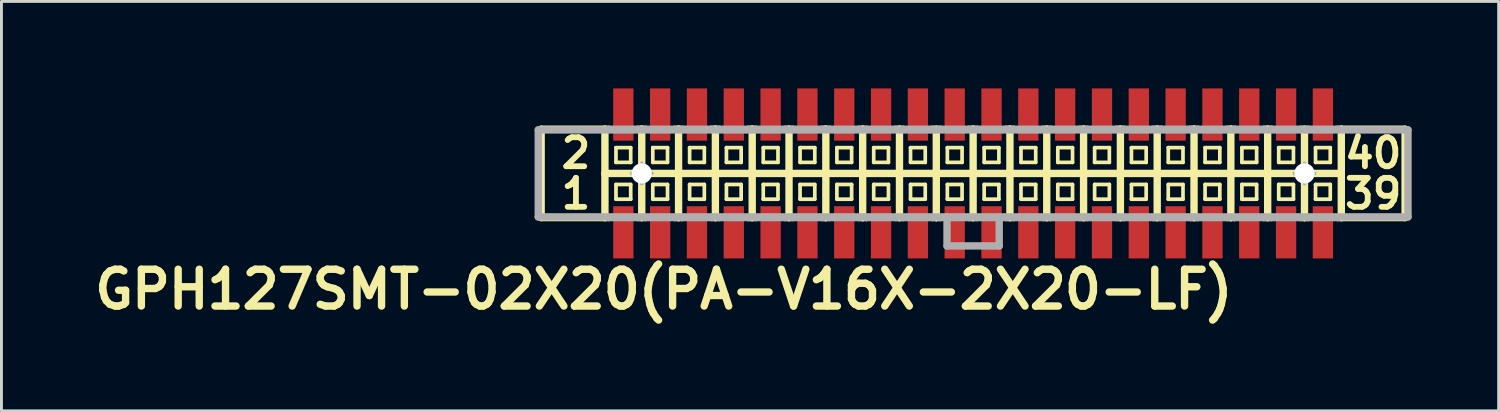
<source format=kicad_pcb>
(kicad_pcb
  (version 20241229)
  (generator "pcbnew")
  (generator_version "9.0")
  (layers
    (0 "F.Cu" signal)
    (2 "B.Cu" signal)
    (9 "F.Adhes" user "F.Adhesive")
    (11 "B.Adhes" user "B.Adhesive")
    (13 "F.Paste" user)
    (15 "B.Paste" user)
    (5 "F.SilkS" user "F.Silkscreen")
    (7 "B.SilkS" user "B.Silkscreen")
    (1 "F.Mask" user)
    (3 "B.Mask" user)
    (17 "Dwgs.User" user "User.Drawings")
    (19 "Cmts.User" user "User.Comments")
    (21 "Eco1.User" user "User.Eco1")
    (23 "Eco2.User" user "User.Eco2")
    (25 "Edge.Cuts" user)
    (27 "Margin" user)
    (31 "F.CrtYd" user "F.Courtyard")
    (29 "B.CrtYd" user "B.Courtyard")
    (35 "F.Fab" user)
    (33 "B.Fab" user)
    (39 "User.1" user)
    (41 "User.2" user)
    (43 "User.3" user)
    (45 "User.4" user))
  (footprint "GPH127SMT-02X20(PA-V16X-2X20-LF)"
    (layer "F.Cu")
    (at 30.516 2.932)
    (property "Reference" "GPH127SMT-02X20(PA-V16X-2X20-LF)" (at -10.668 4 0) (layer "F.SilkS") (effects (font (size 1.27 1.27) (thickness 0.254))))
    (attr smd)
    (fp_line (start -14.9 -1.524) (end -14.9 1.524) (stroke (width 0.254) (type solid)) (layer "F.SilkS"))
    (fp_line (start -14.9 1.524) (end -12.7 1.524) (stroke (width 0.254) (type solid)) (layer "F.SilkS"))
    (fp_line (start -12.7 -1.524) (end -14.9 -1.524) (stroke (width 0.254) (type solid)) (layer "F.SilkS"))
    (fp_line (start -12.7 -1.524) (end -12.7 0) (stroke (width 0.254) (type solid)) (layer "F.SilkS"))
    (fp_line (start -12.7 0) (end -12.7 1.524) (stroke (width 0.254) (type solid)) (layer "F.SilkS"))
    (fp_line (start -12.7 0) (end -11.43 0) (stroke (width 0.254) (type solid)) (layer "F.SilkS"))
    (fp_line (start -12.7 1.524) (end -12.573 1.524) (stroke (width 0.254) (type solid)) (layer "F.SilkS"))
    (fp_line (start -12.573 -1.524) (end -12.7 -1.524) (stroke (width 0.254) (type solid)) (layer "F.SilkS"))
    (fp_line (start -12.319 -0.889) (end -11.811 -0.889) (stroke (width 0.127) (type solid)) (layer "F.SilkS"))
    (fp_line (start -12.319 -0.381) (end -12.319 -0.889) (stroke (width 0.127) (type solid)) (layer "F.SilkS"))
    (fp_line (start -12.319 -0.381) (end -11.811 -0.381) (stroke (width 0.127) (type solid)) (layer "F.SilkS"))
    (fp_line (start -12.319 0.381) (end -11.811 0.381) (stroke (width 0.127) (type solid)) (layer "F.SilkS"))
    (fp_line (start -12.319 0.889) (end -12.319 0.381) (stroke (width 0.127) (type solid)) (layer "F.SilkS"))
    (fp_line (start -12.319 0.889) (end -11.811 0.889) (stroke (width 0.127) (type solid)) (layer "F.SilkS"))
    (fp_line (start -11.811 -0.381) (end -11.811 -0.889) (stroke (width 0.127) (type solid)) (layer "F.SilkS"))
    (fp_line (start -11.811 0.889) (end -11.811 0.381) (stroke (width 0.127) (type solid)) (layer "F.SilkS"))
    (fp_line (start -11.557 -1.524) (end -11.43 -1.524) (stroke (width 0.254) (type solid)) (layer "F.SilkS"))
    (fp_line (start -11.557 1.524) (end -11.43 1.524) (stroke (width 0.254) (type solid)) (layer "F.SilkS"))
    (fp_line (start -11.43 -1.524) (end -11.303 -1.524) (stroke (width 0.254) (type solid)) (layer "F.SilkS"))
    (fp_line (start -11.43 0) (end -11.43 -1.524) (stroke (width 0.254) (type solid)) (layer "F.SilkS"))
    (fp_line (start -11.43 0) (end -10.16 0) (stroke (width 0.254) (type solid)) (layer "F.SilkS"))
    (fp_line (start -11.43 1.524) (end -11.43 0) (stroke (width 0.254) (type solid)) (layer "F.SilkS"))
    (fp_line (start -11.43 1.524) (end -11.303 1.524) (stroke (width 0.254) (type solid)) (layer "F.SilkS"))
    (fp_line (start -11.049 -0.889) (end -10.541 -0.889) (stroke (width 0.127) (type solid)) (layer "F.SilkS"))
    (fp_line (start -11.049 -0.381) (end -11.049 -0.889) (stroke (width 0.127) (type solid)) (layer "F.SilkS"))
    (fp_line (start -11.049 -0.381) (end -10.541 -0.381) (stroke (width 0.127) (type solid)) (layer "F.SilkS"))
    (fp_line (start -11.049 0.381) (end -10.541 0.381) (stroke (width 0.127) (type solid)) (layer "F.SilkS"))
    (fp_line (start -11.049 0.889) (end -11.049 0.381) (stroke (width 0.127) (type solid)) (layer "F.SilkS"))
    (fp_line (start -11.049 0.889) (end -10.541 0.889) (stroke (width 0.127) (type solid)) (layer "F.SilkS"))
    (fp_line (start -10.541 -0.381) (end -10.541 -0.889) (stroke (width 0.127) (type solid)) (layer "F.SilkS"))
    (fp_line (start -10.541 0.889) (end -10.541 0.381) (stroke (width 0.127) (type solid)) (layer "F.SilkS"))
    (fp_line (start -10.287 -1.524) (end -10.16 -1.524) (stroke (width 0.254) (type solid)) (layer "F.SilkS"))
    (fp_line (start -10.287 1.524) (end -10.16 1.524) (stroke (width 0.254) (type solid)) (layer "F.SilkS"))
    (fp_line (start -10.16 -1.524) (end -10.033 -1.524) (stroke (width 0.254) (type solid)) (layer "F.SilkS"))
    (fp_line (start -10.16 0) (end -10.16 -1.524) (stroke (width 0.254) (type solid)) (layer "F.SilkS"))
    (fp_line (start -10.16 0) (end -8.89 0) (stroke (width 0.254) (type solid)) (layer "F.SilkS"))
    (fp_line (start -10.16 1.524) (end -10.16 0) (stroke (width 0.254) (type solid)) (layer "F.SilkS"))
    (fp_line (start -10.16 1.524) (end -10.033 1.524) (stroke (width 0.254) (type solid)) (layer "F.SilkS"))
    (fp_line (start -9.779 -0.889) (end -9.271 -0.889) (stroke (width 0.127) (type solid)) (layer "F.SilkS"))
    (fp_line (start -9.779 -0.381) (end -9.779 -0.889) (stroke (width 0.127) (type solid)) (layer "F.SilkS"))
    (fp_line (start -9.779 -0.381) (end -9.271 -0.381) (stroke (width 0.127) (type solid)) (layer "F.SilkS"))
    (fp_line (start -9.779 0.381) (end -9.271 0.381) (stroke (width 0.127) (type solid)) (layer "F.SilkS"))
    (fp_line (start -9.779 0.889) (end -9.779 0.381) (stroke (width 0.127) (type solid)) (layer "F.SilkS"))
    (fp_line (start -9.779 0.889) (end -9.271 0.889) (stroke (width 0.127) (type solid)) (layer "F.SilkS"))
    (fp_line (start -9.271 -0.381) (end -9.271 -0.889) (stroke (width 0.127) (type solid)) (layer "F.SilkS"))
    (fp_line (start -9.271 0.889) (end -9.271 0.381) (stroke (width 0.127) (type solid)) (layer "F.SilkS"))
    (fp_line (start -9.017 -1.524) (end -8.89 -1.524) (stroke (width 0.254) (type solid)) (layer "F.SilkS"))
    (fp_line (start -9.017 1.524) (end -8.89 1.524) (stroke (width 0.254) (type solid)) (layer "F.SilkS"))
    (fp_line (start -8.89 -1.524) (end -8.763 -1.524) (stroke (width 0.254) (type solid)) (layer "F.SilkS"))
    (fp_line (start -8.89 0) (end -8.89 -1.524) (stroke (width 0.254) (type solid)) (layer "F.SilkS"))
    (fp_line (start -8.89 0) (end -7.62 0) (stroke (width 0.254) (type solid)) (layer "F.SilkS"))
    (fp_line (start -8.89 1.524) (end -8.89 0) (stroke (width 0.254) (type solid)) (layer "F.SilkS"))
    (fp_line (start -8.89 1.524) (end -8.763 1.524) (stroke (width 0.254) (type solid)) (layer "F.SilkS"))
    (fp_line (start -8.509 -0.889) (end -8.001 -0.889) (stroke (width 0.127) (type solid)) (layer "F.SilkS"))
    (fp_line (start -8.509 -0.381) (end -8.509 -0.889) (stroke (width 0.127) (type solid)) (layer "F.SilkS"))
    (fp_line (start -8.509 -0.381) (end -8.001 -0.381) (stroke (width 0.127) (type solid)) (layer "F.SilkS"))
    (fp_line (start -8.509 0.381) (end -8.001 0.381) (stroke (width 0.127) (type solid)) (layer "F.SilkS"))
    (fp_line (start -8.509 0.889) (end -8.509 0.381) (stroke (width 0.127) (type solid)) (layer "F.SilkS"))
    (fp_line (start -8.509 0.889) (end -8.001 0.889) (stroke (width 0.127) (type solid)) (layer "F.SilkS"))
    (fp_line (start -8.001 -0.381) (end -8.001 -0.889) (stroke (width 0.127) (type solid)) (layer "F.SilkS"))
    (fp_line (start -8.001 0.889) (end -8.001 0.381) (stroke (width 0.127) (type solid)) (layer "F.SilkS"))
    (fp_line (start -7.747 -1.524) (end -7.62 -1.524) (stroke (width 0.254) (type solid)) (layer "F.SilkS"))
    (fp_line (start -7.747 1.524) (end -7.62 1.524) (stroke (width 0.254) (type solid)) (layer "F.SilkS"))
    (fp_line (start -7.62 -1.524) (end -7.493 -1.524) (stroke (width 0.254) (type solid)) (layer "F.SilkS"))
    (fp_line (start -7.62 0) (end -7.62 -1.524) (stroke (width 0.254) (type solid)) (layer "F.SilkS"))
    (fp_line (start -7.62 0) (end -6.35 0) (stroke (width 0.254) (type solid)) (layer "F.SilkS"))
    (fp_line (start -7.62 1.524) (end -7.62 0) (stroke (width 0.254) (type solid)) (layer "F.SilkS"))
    (fp_line (start -7.62 1.524) (end -7.493 1.524) (stroke (width 0.254) (type solid)) (layer "F.SilkS"))
    (fp_line (start -7.239 -0.889) (end -6.731 -0.889) (stroke (width 0.127) (type solid)) (layer "F.SilkS"))
    (fp_line (start -7.239 -0.381) (end -7.239 -0.889) (stroke (width 0.127) (type solid)) (layer "F.SilkS"))
    (fp_line (start -7.239 -0.381) (end -6.731 -0.381) (stroke (width 0.127) (type solid)) (layer "F.SilkS"))
    (fp_line (start -7.239 0.381) (end -6.731 0.381) (stroke (width 0.127) (type solid)) (layer "F.SilkS"))
    (fp_line (start -7.239 0.889) (end -7.239 0.381) (stroke (width 0.127) (type solid)) (layer "F.SilkS"))
    (fp_line (start -7.239 0.889) (end -6.731 0.889) (stroke (width 0.127) (type solid)) (layer "F.SilkS"))
    (fp_line (start -6.731 -0.381) (end -6.731 -0.889) (stroke (width 0.127) (type solid)) (layer "F.SilkS"))
    (fp_line (start -6.731 0.889) (end -6.731 0.381) (stroke (width 0.127) (type solid)) (layer "F.SilkS"))
    (fp_line (start -6.477 -1.524) (end -6.35 -1.524) (stroke (width 0.254) (type solid)) (layer "F.SilkS"))
    (fp_line (start -6.477 1.524) (end -6.35 1.524) (stroke (width 0.254) (type solid)) (layer "F.SilkS"))
    (fp_line (start -6.35 -1.524) (end -6.223 -1.524) (stroke (width 0.254) (type solid)) (layer "F.SilkS"))
    (fp_line (start -6.35 0) (end -6.35 -1.524) (stroke (width 0.254) (type solid)) (layer "F.SilkS"))
    (fp_line (start -6.35 0) (end -5.08 0) (stroke (width 0.254) (type solid)) (layer "F.SilkS"))
    (fp_line (start -6.35 1.524) (end -6.35 0) (stroke (width 0.254) (type solid)) (layer "F.SilkS"))
    (fp_line (start -6.35 1.524) (end -6.223 1.524) (stroke (width 0.254) (type solid)) (layer "F.SilkS"))
    (fp_line (start -5.969 -0.889) (end -5.461 -0.889) (stroke (width 0.127) (type solid)) (layer "F.SilkS"))
    (fp_line (start -5.969 -0.381) (end -5.969 -0.889) (stroke (width 0.127) (type solid)) (layer "F.SilkS"))
    (fp_line (start -5.969 -0.381) (end -5.461 -0.381) (stroke (width 0.127) (type solid)) (layer "F.SilkS"))
    (fp_line (start -5.969 0.381) (end -5.461 0.381) (stroke (width 0.127) (type solid)) (layer "F.SilkS"))
    (fp_line (start -5.969 0.889) (end -5.969 0.381) (stroke (width 0.127) (type solid)) (layer "F.SilkS"))
    (fp_line (start -5.969 0.889) (end -5.461 0.889) (stroke (width 0.127) (type solid)) (layer "F.SilkS"))
    (fp_line (start -5.461 -0.381) (end -5.461 -0.889) (stroke (width 0.127) (type solid)) (layer "F.SilkS"))
    (fp_line (start -5.461 0.889) (end -5.461 0.381) (stroke (width 0.127) (type solid)) (layer "F.SilkS"))
    (fp_line (start -5.207 -1.524) (end -5.08 -1.524) (stroke (width 0.254) (type solid)) (layer "F.SilkS"))
    (fp_line (start -5.207 1.524) (end -5.08 1.524) (stroke (width 0.254) (type solid)) (layer "F.SilkS"))
    (fp_line (start -5.08 -1.524) (end -4.953 -1.524) (stroke (width 0.254) (type solid)) (layer "F.SilkS"))
    (fp_line (start -5.08 0) (end -5.08 -1.524) (stroke (width 0.254) (type solid)) (layer "F.SilkS"))
    (fp_line (start -5.08 0) (end -3.81 0) (stroke (width 0.254) (type solid)) (layer "F.SilkS"))
    (fp_line (start -5.08 1.524) (end -5.08 0) (stroke (width 0.254) (type solid)) (layer "F.SilkS"))
    (fp_line (start -5.08 1.524) (end -4.953 1.524) (stroke (width 0.254) (type solid)) (layer "F.SilkS"))
    (fp_line (start -4.699 -0.889) (end -4.191 -0.889) (stroke (width 0.127) (type solid)) (layer "F.SilkS"))
    (fp_line (start -4.699 -0.381) (end -4.699 -0.889) (stroke (width 0.127) (type solid)) (layer "F.SilkS"))
    (fp_line (start -4.699 -0.381) (end -4.191 -0.381) (stroke (width 0.127) (type solid)) (layer "F.SilkS"))
    (fp_line (start -4.699 0.381) (end -4.191 0.381) (stroke (width 0.127) (type solid)) (layer "F.SilkS"))
    (fp_line (start -4.699 0.889) (end -4.699 0.381) (stroke (width 0.127) (type solid)) (layer "F.SilkS"))
    (fp_line (start -4.699 0.889) (end -4.191 0.889) (stroke (width 0.127) (type solid)) (layer "F.SilkS"))
    (fp_line (start -4.191 -0.381) (end -4.191 -0.889) (stroke (width 0.127) (type solid)) (layer "F.SilkS"))
    (fp_line (start -4.191 0.889) (end -4.191 0.381) (stroke (width 0.127) (type solid)) (layer "F.SilkS"))
    (fp_line (start -3.937 -1.524) (end -3.81 -1.524) (stroke (width 0.254) (type solid)) (layer "F.SilkS"))
    (fp_line (start -3.937 1.524) (end -3.81 1.524) (stroke (width 0.254) (type solid)) (layer "F.SilkS"))
    (fp_line (start -3.81 -1.524) (end -3.683 -1.524) (stroke (width 0.254) (type solid)) (layer "F.SilkS"))
    (fp_line (start -3.81 0) (end -3.81 -1.524) (stroke (width 0.254) (type solid)) (layer "F.SilkS"))
    (fp_line (start -3.81 0) (end -2.54 0) (stroke (width 0.254) (type solid)) (layer "F.SilkS"))
    (fp_line (start -3.81 1.524) (end -3.81 0) (stroke (width 0.254) (type solid)) (layer "F.SilkS"))
    (fp_line (start -3.81 1.524) (end -3.683 1.524) (stroke (width 0.254) (type solid)) (layer "F.SilkS"))
    (fp_line (start -3.429 -0.889) (end -2.921 -0.889) (stroke (width 0.127) (type solid)) (layer "F.SilkS"))
    (fp_line (start -3.429 -0.381) (end -3.429 -0.889) (stroke (width 0.127) (type solid)) (layer "F.SilkS"))
    (fp_line (start -3.429 -0.381) (end -2.921 -0.381) (stroke (width 0.127) (type solid)) (layer "F.SilkS"))
    (fp_line (start -3.429 0.381) (end -2.921 0.381) (stroke (width 0.127) (type solid)) (layer "F.SilkS"))
    (fp_line (start -3.429 0.889) (end -3.429 0.381) (stroke (width 0.127) (type solid)) (layer "F.SilkS"))
    (fp_line (start -3.429 0.889) (end -2.921 0.889) (stroke (width 0.127) (type solid)) (layer "F.SilkS"))
    (fp_line (start -2.921 -0.381) (end -2.921 -0.889) (stroke (width 0.127) (type solid)) (layer "F.SilkS"))
    (fp_line (start -2.921 0.889) (end -2.921 0.381) (stroke (width 0.127) (type solid)) (layer "F.SilkS"))
    (fp_line (start -2.667 -1.524) (end -2.54 -1.524) (stroke (width 0.254) (type solid)) (layer "F.SilkS"))
    (fp_line (start -2.667 1.524) (end -2.54 1.524) (stroke (width 0.254) (type solid)) (layer "F.SilkS"))
    (fp_line (start -2.54 -1.524) (end -2.413 -1.524) (stroke (width 0.254) (type solid)) (layer "F.SilkS"))
    (fp_line (start -2.54 0) (end -2.54 -1.524) (stroke (width 0.254) (type solid)) (layer "F.SilkS"))
    (fp_line (start -2.54 0) (end -1.27 0) (stroke (width 0.254) (type solid)) (layer "F.SilkS"))
    (fp_line (start -2.54 1.524) (end -2.54 0) (stroke (width 0.254) (type solid)) (layer "F.SilkS"))
    (fp_line (start -2.54 1.524) (end -2.413 1.524) (stroke (width 0.254) (type solid)) (layer "F.SilkS"))
    (fp_line (start -2.159 -0.889) (end -1.651 -0.889) (stroke (width 0.127) (type solid)) (layer "F.SilkS"))
    (fp_line (start -2.159 -0.381) (end -2.159 -0.889) (stroke (width 0.127) (type solid)) (layer "F.SilkS"))
    (fp_line (start -2.159 -0.381) (end -1.651 -0.381) (stroke (width 0.127) (type solid)) (layer "F.SilkS"))
    (fp_line (start -2.159 0.381) (end -1.651 0.381) (stroke (width 0.127) (type solid)) (layer "F.SilkS"))
    (fp_line (start -2.159 0.889) (end -2.159 0.381) (stroke (width 0.127) (type solid)) (layer "F.SilkS"))
    (fp_line (start -2.159 0.889) (end -1.651 0.889) (stroke (width 0.127) (type solid)) (layer "F.SilkS"))
    (fp_line (start -1.651 -0.381) (end -1.651 -0.889) (stroke (width 0.127) (type solid)) (layer "F.SilkS"))
    (fp_line (start -1.651 0.889) (end -1.651 0.381) (stroke (width 0.127) (type solid)) (layer "F.SilkS"))
    (fp_line (start -1.397 -1.524) (end -1.143 -1.524) (stroke (width 0.254) (type solid)) (layer "F.SilkS"))
    (fp_line (start -1.397 1.524) (end -1.27 1.524) (stroke (width 0.254) (type solid)) (layer "F.SilkS"))
    (fp_line (start -1.27 0) (end -1.27 -1.524) (stroke (width 0.254) (type solid)) (layer "F.SilkS"))
    (fp_line (start -1.27 0) (end 0 0) (stroke (width 0.254) (type solid)) (layer "F.SilkS"))
    (fp_line (start -1.27 1.524) (end -1.27 0) (stroke (width 0.254) (type solid)) (layer "F.SilkS"))
    (fp_line (start -1.27 1.524) (end -1.143 1.524) (stroke (width 0.254) (type solid)) (layer "F.SilkS"))
    (fp_line (start -0.889 -0.889) (end -0.381 -0.889) (stroke (width 0.127) (type solid)) (layer "F.SilkS"))
    (fp_line (start -0.889 -0.381) (end -0.889 -0.889) (stroke (width 0.127) (type solid)) (layer "F.SilkS"))
    (fp_line (start -0.889 -0.381) (end -0.381 -0.381) (stroke (width 0.127) (type solid)) (layer "F.SilkS"))
    (fp_line (start -0.889 0.381) (end -0.381 0.381) (stroke (width 0.127) (type solid)) (layer "F.SilkS"))
    (fp_line (start -0.889 0.889) (end -0.889 0.381) (stroke (width 0.127) (type solid)) (layer "F.SilkS"))
    (fp_line (start -0.889 0.889) (end -0.381 0.889) (stroke (width 0.127) (type solid)) (layer "F.SilkS"))
    (fp_line (start -0.381 -0.381) (end -0.381 -0.889) (stroke (width 0.127) (type solid)) (layer "F.SilkS"))
    (fp_line (start -0.381 0.889) (end -0.381 0.381) (stroke (width 0.127) (type solid)) (layer "F.SilkS"))
    (fp_line (start -0.127 -1.524) (end 0 -1.524) (stroke (width 0.254) (type solid)) (layer "F.SilkS"))
    (fp_line (start 0 -1.524) (end 0 0) (stroke (width 0.254) (type solid)) (layer "F.SilkS"))
    (fp_line (start 0 0) (end 0 1.524) (stroke (width 0.254) (type solid)) (layer "F.SilkS"))
    (fp_line (start 0 0) (end 1.27 0) (stroke (width 0.254) (type solid)) (layer "F.SilkS"))
    (fp_line (start 0 1.524) (end -0.127 1.524) (stroke (width 0.254) (type solid)) (layer "F.SilkS"))
    (fp_line (start 0 1.524) (end 0.127 1.524) (stroke (width 0.254) (type solid)) (layer "F.SilkS"))
    (fp_line (start 0.127 -1.524) (end 0 -1.524) (stroke (width 0.254) (type solid)) (layer "F.SilkS"))
    (fp_line (start 0.381 -0.889) (end 0.889 -0.889) (stroke (width 0.127) (type solid)) (layer "F.SilkS"))
    (fp_line (start 0.381 -0.381) (end 0.381 -0.889) (stroke (width 0.127) (type solid)) (layer "F.SilkS"))
    (fp_line (start 0.381 -0.381) (end 0.889 -0.381) (stroke (width 0.127) (type solid)) (layer "F.SilkS"))
    (fp_line (start 0.381 0.381) (end 0.889 0.381) (stroke (width 0.127) (type solid)) (layer "F.SilkS"))
    (fp_line (start 0.381 0.889) (end 0.381 0.381) (stroke (width 0.127) (type solid)) (layer "F.SilkS"))
    (fp_line (start 0.381 0.889) (end 0.889 0.889) (stroke (width 0.127) (type solid)) (layer "F.SilkS"))
    (fp_line (start 0.889 -0.381) (end 0.889 -0.889) (stroke (width 0.127) (type solid)) (layer "F.SilkS"))
    (fp_line (start 0.889 0.889) (end 0.889 0.381) (stroke (width 0.127) (type solid)) (layer "F.SilkS"))
    (fp_line (start 1.143 -1.524) (end 1.27 -1.524) (stroke (width 0.254) (type solid)) (layer "F.SilkS"))
    (fp_line (start 1.143 1.524) (end 1.27 1.524) (stroke (width 0.254) (type solid)) (layer "F.SilkS"))
    (fp_line (start 1.27 -1.524) (end 1.397 -1.524) (stroke (width 0.254) (type solid)) (layer "F.SilkS"))
    (fp_line (start 1.27 0) (end 1.27 -1.524) (stroke (width 0.254) (type solid)) (layer "F.SilkS"))
    (fp_line (start 1.27 0) (end 2.54 0) (stroke (width 0.254) (type solid)) (layer "F.SilkS"))
    (fp_line (start 1.27 1.524) (end 1.27 0) (stroke (width 0.254) (type solid)) (layer "F.SilkS"))
    (fp_line (start 1.27 1.524) (end 1.397 1.524) (stroke (width 0.254) (type solid)) (layer "F.SilkS"))
    (fp_line (start 1.651 -0.889) (end 2.159 -0.889) (stroke (width 0.127) (type solid)) (layer "F.SilkS"))
    (fp_line (start 1.651 -0.381) (end 1.651 -0.889) (stroke (width 0.127) (type solid)) (layer "F.SilkS"))
    (fp_line (start 1.651 -0.381) (end 2.159 -0.381) (stroke (width 0.127) (type solid)) (layer "F.SilkS"))
    (fp_line (start 1.651 0.381) (end 2.159 0.381) (stroke (width 0.127) (type solid)) (layer "F.SilkS"))
    (fp_line (start 1.651 0.889) (end 1.651 0.381) (stroke (width 0.127) (type solid)) (layer "F.SilkS"))
    (fp_line (start 1.651 0.889) (end 2.159 0.889) (stroke (width 0.127) (type solid)) (layer "F.SilkS"))
    (fp_line (start 2.159 -0.381) (end 2.159 -0.889) (stroke (width 0.127) (type solid)) (layer "F.SilkS"))
    (fp_line (start 2.159 0.889) (end 2.159 0.381) (stroke (width 0.127) (type solid)) (layer "F.SilkS"))
    (fp_line (start 2.413 -1.524) (end 2.54 -1.524) (stroke (width 0.254) (type solid)) (layer "F.SilkS"))
    (fp_line (start 2.413 1.524) (end 2.54 1.524) (stroke (width 0.254) (type solid)) (layer "F.SilkS"))
    (fp_line (start 2.54 -1.524) (end 2.667 -1.524) (stroke (width 0.254) (type solid)) (layer "F.SilkS"))
    (fp_line (start 2.54 0) (end 2.54 -1.524) (stroke (width 0.254) (type solid)) (layer "F.SilkS"))
    (fp_line (start 2.54 0) (end 3.81 0) (stroke (width 0.254) (type solid)) (layer "F.SilkS"))
    (fp_line (start 2.54 1.524) (end 2.54 0) (stroke (width 0.254) (type solid)) (layer "F.SilkS"))
    (fp_line (start 2.54 1.524) (end 2.667 1.524) (stroke (width 0.254) (type solid)) (layer "F.SilkS"))
    (fp_line (start 2.921 -0.889) (end 3.429 -0.889) (stroke (width 0.127) (type solid)) (layer "F.SilkS"))
    (fp_line (start 2.921 -0.381) (end 2.921 -0.889) (stroke (width 0.127) (type solid)) (layer "F.SilkS"))
    (fp_line (start 2.921 -0.381) (end 3.429 -0.381) (stroke (width 0.127) (type solid)) (layer "F.SilkS"))
    (fp_line (start 2.921 0.381) (end 3.429 0.381) (stroke (width 0.127) (type solid)) (layer "F.SilkS"))
    (fp_line (start 2.921 0.889) (end 2.921 0.381) (stroke (width 0.127) (type solid)) (layer "F.SilkS"))
    (fp_line (start 2.921 0.889) (end 3.429 0.889) (stroke (width 0.127) (type solid)) (layer "F.SilkS"))
    (fp_line (start 3.429 -0.381) (end 3.429 -0.889) (stroke (width 0.127) (type solid)) (layer "F.SilkS"))
    (fp_line (start 3.429 0.889) (end 3.429 0.381) (stroke (width 0.127) (type solid)) (layer "F.SilkS"))
    (fp_line (start 3.683 -1.524) (end 3.81 -1.524) (stroke (width 0.254) (type solid)) (layer "F.SilkS"))
    (fp_line (start 3.683 1.524) (end 3.81 1.524) (stroke (width 0.254) (type solid)) (layer "F.SilkS"))
    (fp_line (start 3.81 -1.524) (end 3.937 -1.524) (stroke (width 0.254) (type solid)) (layer "F.SilkS"))
    (fp_line (start 3.81 0) (end 3.81 -1.524) (stroke (width 0.254) (type solid)) (layer "F.SilkS"))
    (fp_line (start 3.81 0) (end 5.08 0) (stroke (width 0.254) (type solid)) (layer "F.SilkS"))
    (fp_line (start 3.81 1.524) (end 3.81 0) (stroke (width 0.254) (type solid)) (layer "F.SilkS"))
    (fp_line (start 3.81 1.524) (end 3.937 1.524) (stroke (width 0.254) (type solid)) (layer "F.SilkS"))
    (fp_line (start 4.191 -0.889) (end 4.699 -0.889) (stroke (width 0.127) (type solid)) (layer "F.SilkS"))
    (fp_line (start 4.191 -0.381) (end 4.191 -0.889) (stroke (width 0.127) (type solid)) (layer "F.SilkS"))
    (fp_line (start 4.191 -0.381) (end 4.699 -0.381) (stroke (width 0.127) (type solid)) (layer "F.SilkS"))
    (fp_line (start 4.191 0.381) (end 4.699 0.381) (stroke (width 0.127) (type solid)) (layer "F.SilkS"))
    (fp_line (start 4.191 0.889) (end 4.191 0.381) (stroke (width 0.127) (type solid)) (layer "F.SilkS"))
    (fp_line (start 4.191 0.889) (end 4.699 0.889) (stroke (width 0.127) (type solid)) (layer "F.SilkS"))
    (fp_line (start 4.699 -0.381) (end 4.699 -0.889) (stroke (width 0.127) (type solid)) (layer "F.SilkS"))
    (fp_line (start 4.699 0.889) (end 4.699 0.381) (stroke (width 0.127) (type solid)) (layer "F.SilkS"))
    (fp_line (start 4.953 -1.524) (end 5.08 -1.524) (stroke (width 0.254) (type solid)) (layer "F.SilkS"))
    (fp_line (start 4.953 1.524) (end 5.08 1.524) (stroke (width 0.254) (type solid)) (layer "F.SilkS"))
    (fp_line (start 5.08 -1.524) (end 5.207 -1.524) (stroke (width 0.254) (type solid)) (layer "F.SilkS"))
    (fp_line (start 5.08 0) (end 5.08 -1.524) (stroke (width 0.254) (type solid)) (layer "F.SilkS"))
    (fp_line (start 5.08 0) (end 6.35 0) (stroke (width 0.254) (type solid)) (layer "F.SilkS"))
    (fp_line (start 5.08 1.524) (end 5.08 0) (stroke (width 0.254) (type solid)) (layer "F.SilkS"))
    (fp_line (start 5.08 1.524) (end 5.207 1.524) (stroke (width 0.254) (type solid)) (layer "F.SilkS"))
    (fp_line (start 5.461 -0.889) (end 5.969 -0.889) (stroke (width 0.127) (type solid)) (layer "F.SilkS"))
    (fp_line (start 5.461 -0.381) (end 5.461 -0.889) (stroke (width 0.127) (type solid)) (layer "F.SilkS"))
    (fp_line (start 5.461 -0.381) (end 5.969 -0.381) (stroke (width 0.127) (type solid)) (layer "F.SilkS"))
    (fp_line (start 5.461 0.381) (end 5.969 0.381) (stroke (width 0.127) (type solid)) (layer "F.SilkS"))
    (fp_line (start 5.461 0.889) (end 5.461 0.381) (stroke (width 0.127) (type solid)) (layer "F.SilkS"))
    (fp_line (start 5.461 0.889) (end 5.969 0.889) (stroke (width 0.127) (type solid)) (layer "F.SilkS"))
    (fp_line (start 5.969 -0.381) (end 5.969 -0.889) (stroke (width 0.127) (type solid)) (layer "F.SilkS"))
    (fp_line (start 5.969 0.889) (end 5.969 0.381) (stroke (width 0.127) (type solid)) (layer "F.SilkS"))
    (fp_line (start 6.223 -1.524) (end 6.35 -1.524) (stroke (width 0.254) (type solid)) (layer "F.SilkS"))
    (fp_line (start 6.223 1.524) (end 6.35 1.524) (stroke (width 0.254) (type solid)) (layer "F.SilkS"))
    (fp_line (start 6.35 -1.524) (end 6.477 -1.524) (stroke (width 0.254) (type solid)) (layer "F.SilkS"))
    (fp_line (start 6.35 0) (end 6.35 -1.524) (stroke (width 0.254) (type solid)) (layer "F.SilkS"))
    (fp_line (start 6.35 0) (end 7.62 0) (stroke (width 0.254) (type solid)) (layer "F.SilkS"))
    (fp_line (start 6.35 1.524) (end 6.35 0) (stroke (width 0.254) (type solid)) (layer "F.SilkS"))
    (fp_line (start 6.35 1.524) (end 6.477 1.524) (stroke (width 0.254) (type solid)) (layer "F.SilkS"))
    (fp_line (start 6.731 -0.889) (end 7.239 -0.889) (stroke (width 0.127) (type solid)) (layer "F.SilkS"))
    (fp_line (start 6.731 -0.381) (end 6.731 -0.889) (stroke (width 0.127) (type solid)) (layer "F.SilkS"))
    (fp_line (start 6.731 -0.381) (end 7.239 -0.381) (stroke (width 0.127) (type solid)) (layer "F.SilkS"))
    (fp_line (start 6.731 0.381) (end 7.239 0.381) (stroke (width 0.127) (type solid)) (layer "F.SilkS"))
    (fp_line (start 6.731 0.889) (end 6.731 0.381) (stroke (width 0.127) (type solid)) (layer "F.SilkS"))
    (fp_line (start 6.731 0.889) (end 7.239 0.889) (stroke (width 0.127) (type solid)) (layer "F.SilkS"))
    (fp_line (start 7.239 -0.381) (end 7.239 -0.889) (stroke (width 0.127) (type solid)) (layer "F.SilkS"))
    (fp_line (start 7.239 0.889) (end 7.239 0.381) (stroke (width 0.127) (type solid)) (layer "F.SilkS"))
    (fp_line (start 7.493 -1.524) (end 7.62 -1.524) (stroke (width 0.254) (type solid)) (layer "F.SilkS"))
    (fp_line (start 7.493 1.524) (end 7.62 1.524) (stroke (width 0.254) (type solid)) (layer "F.SilkS"))
    (fp_line (start 7.62 -1.524) (end 7.747 -1.524) (stroke (width 0.254) (type solid)) (layer "F.SilkS"))
    (fp_line (start 7.62 0) (end 7.62 -1.524) (stroke (width 0.254) (type solid)) (layer "F.SilkS"))
    (fp_line (start 7.62 0) (end 8.89 0) (stroke (width 0.254) (type solid)) (layer "F.SilkS"))
    (fp_line (start 7.62 1.524) (end 7.62 0) (stroke (width 0.254) (type solid)) (layer "F.SilkS"))
    (fp_line (start 7.62 1.524) (end 7.747 1.524) (stroke (width 0.254) (type solid)) (layer "F.SilkS"))
    (fp_line (start 8.001 -0.889) (end 8.509 -0.889) (stroke (width 0.127) (type solid)) (layer "F.SilkS"))
    (fp_line (start 8.001 -0.381) (end 8.001 -0.889) (stroke (width 0.127) (type solid)) (layer "F.SilkS"))
    (fp_line (start 8.001 -0.381) (end 8.509 -0.381) (stroke (width 0.127) (type solid)) (layer "F.SilkS"))
    (fp_line (start 8.001 0.381) (end 8.509 0.381) (stroke (width 0.127) (type solid)) (layer "F.SilkS"))
    (fp_line (start 8.001 0.889) (end 8.001 0.381) (stroke (width 0.127) (type solid)) (layer "F.SilkS"))
    (fp_line (start 8.001 0.889) (end 8.509 0.889) (stroke (width 0.127) (type solid)) (layer "F.SilkS"))
    (fp_line (start 8.509 -0.381) (end 8.509 -0.889) (stroke (width 0.127) (type solid)) (layer "F.SilkS"))
    (fp_line (start 8.509 0.889) (end 8.509 0.381) (stroke (width 0.127) (type solid)) (layer "F.SilkS"))
    (fp_line (start 8.763 -1.524) (end 8.89 -1.524) (stroke (width 0.254) (type solid)) (layer "F.SilkS"))
    (fp_line (start 8.763 1.524) (end 8.89 1.524) (stroke (width 0.254) (type solid)) (layer "F.SilkS"))
    (fp_line (start 8.89 -1.524) (end 9.017 -1.524) (stroke (width 0.254) (type solid)) (layer "F.SilkS"))
    (fp_line (start 8.89 0) (end 8.89 -1.524) (stroke (width 0.254) (type solid)) (layer "F.SilkS"))
    (fp_line (start 8.89 0) (end 10.16 0) (stroke (width 0.254) (type solid)) (layer "F.SilkS"))
    (fp_line (start 8.89 1.524) (end 8.89 0) (stroke (width 0.254) (type solid)) (layer "F.SilkS"))
    (fp_line (start 8.89 1.524) (end 9.017 1.524) (stroke (width 0.254) (type solid)) (layer "F.SilkS"))
    (fp_line (start 9.271 -0.889) (end 9.779 -0.889) (stroke (width 0.127) (type solid)) (layer "F.SilkS"))
    (fp_line (start 9.271 -0.381) (end 9.271 -0.889) (stroke (width 0.127) (type solid)) (layer "F.SilkS"))
    (fp_line (start 9.271 -0.381) (end 9.779 -0.381) (stroke (width 0.127) (type solid)) (layer "F.SilkS"))
    (fp_line (start 9.271 0.381) (end 9.779 0.381) (stroke (width 0.127) (type solid)) (layer "F.SilkS"))
    (fp_line (start 9.271 0.889) (end 9.271 0.381) (stroke (width 0.127) (type solid)) (layer "F.SilkS"))
    (fp_line (start 9.271 0.889) (end 9.779 0.889) (stroke (width 0.127) (type solid)) (layer "F.SilkS"))
    (fp_line (start 9.779 -0.381) (end 9.779 -0.889) (stroke (width 0.127) (type solid)) (layer "F.SilkS"))
    (fp_line (start 9.779 0.889) (end 9.779 0.381) (stroke (width 0.127) (type solid)) (layer "F.SilkS"))
    (fp_line (start 10.033 -1.524) (end 10.16 -1.524) (stroke (width 0.254) (type solid)) (layer "F.SilkS"))
    (fp_line (start 10.033 1.524) (end 10.16 1.524) (stroke (width 0.254) (type solid)) (layer "F.SilkS"))
    (fp_line (start 10.16 -1.524) (end 10.287 -1.524) (stroke (width 0.254) (type solid)) (layer "F.SilkS"))
    (fp_line (start 10.16 0) (end 10.16 -1.524) (stroke (width 0.254) (type solid)) (layer "F.SilkS"))
    (fp_line (start 10.16 0) (end 11.43 0) (stroke (width 0.254) (type solid)) (layer "F.SilkS"))
    (fp_line (start 10.16 1.524) (end 10.16 0) (stroke (width 0.254) (type solid)) (layer "F.SilkS"))
    (fp_line (start 10.16 1.524) (end 10.287 1.524) (stroke (width 0.254) (type solid)) (layer "F.SilkS"))
    (fp_line (start 10.541 -0.889) (end 11.049 -0.889) (stroke (width 0.127) (type solid)) (layer "F.SilkS"))
    (fp_line (start 10.541 -0.381) (end 10.541 -0.889) (stroke (width 0.127) (type solid)) (layer "F.SilkS"))
    (fp_line (start 10.541 -0.381) (end 11.049 -0.381) (stroke (width 0.127) (type solid)) (layer "F.SilkS"))
    (fp_line (start 10.541 0.381) (end 11.049 0.381) (stroke (width 0.127) (type solid)) (layer "F.SilkS"))
    (fp_line (start 10.541 0.889) (end 10.541 0.381) (stroke (width 0.127) (type solid)) (layer "F.SilkS"))
    (fp_line (start 10.541 0.889) (end 11.049 0.889) (stroke (width 0.127) (type solid)) (layer "F.SilkS"))
    (fp_line (start 11.049 -0.381) (end 11.049 -0.889) (stroke (width 0.127) (type solid)) (layer "F.SilkS"))
    (fp_line (start 11.049 0.889) (end 11.049 0.381) (stroke (width 0.127) (type solid)) (layer "F.SilkS"))
    (fp_line (start 11.303 -1.524) (end 11.557 -1.524) (stroke (width 0.254) (type solid)) (layer "F.SilkS"))
    (fp_line (start 11.303 1.524) (end 11.43 1.524) (stroke (width 0.254) (type solid)) (layer "F.SilkS"))
    (fp_line (start 11.43 0) (end 11.43 -1.524) (stroke (width 0.254) (type solid)) (layer "F.SilkS"))
    (fp_line (start 11.43 0) (end 12.7 0) (stroke (width 0.254) (type solid)) (layer "F.SilkS"))
    (fp_line (start 11.43 1.524) (end 11.43 0) (stroke (width 0.254) (type solid)) (layer "F.SilkS"))
    (fp_line (start 11.43 1.524) (end 11.557 1.524) (stroke (width 0.254) (type solid)) (layer "F.SilkS"))
    (fp_line (start 11.811 -0.889) (end 12.319 -0.889) (stroke (width 0.127) (type solid)) (layer "F.SilkS"))
    (fp_line (start 11.811 -0.381) (end 11.811 -0.889) (stroke (width 0.127) (type solid)) (layer "F.SilkS"))
    (fp_line (start 11.811 -0.381) (end 12.319 -0.381) (stroke (width 0.127) (type solid)) (layer "F.SilkS"))
    (fp_line (start 11.811 0.381) (end 12.319 0.381) (stroke (width 0.127) (type solid)) (layer "F.SilkS"))
    (fp_line (start 11.811 0.889) (end 11.811 0.381) (stroke (width 0.127) (type solid)) (layer "F.SilkS"))
    (fp_line (start 11.811 0.889) (end 12.319 0.889) (stroke (width 0.127) (type solid)) (layer "F.SilkS"))
    (fp_line (start 12.319 -0.381) (end 12.319 -0.889) (stroke (width 0.127) (type solid)) (layer "F.SilkS"))
    (fp_line (start 12.319 0.889) (end 12.319 0.381) (stroke (width 0.127) (type solid)) (layer "F.SilkS"))
    (fp_line (start 12.573 -1.524) (end 12.7 -1.524) (stroke (width 0.254) (type solid)) (layer "F.SilkS"))
    (fp_line (start 12.7 -1.524) (end 12.7 0) (stroke (width 0.254) (type solid)) (layer "F.SilkS"))
    (fp_line (start 12.7 -1.524) (end 14.9 -1.524) (stroke (width 0.254) (type solid)) (layer "F.SilkS"))
    (fp_line (start 12.7 0) (end 12.7 1.524) (stroke (width 0.254) (type solid)) (layer "F.SilkS"))
    (fp_line (start 12.7 1.524) (end 12.573 1.524) (stroke (width 0.254) (type solid)) (layer "F.SilkS"))
    (fp_line (start 14.9 -1.524) (end 14.9 1.524) (stroke (width 0.254) (type solid)) (layer "F.SilkS"))
    (fp_line (start 14.9 1.524) (end 12.7 1.524) (stroke (width 0.254) (type solid)) (layer "F.SilkS"))
    (fp_line (start -15 -1.5) (end -15 1.5) (stroke (width 0.254) (type solid)) (layer "F.Fab"))
    (fp_line (start -15 1.5) (end 15 1.5) (stroke (width 0.254) (type solid)) (layer "F.Fab"))
    (fp_line (start -12.573 -1.524) (end -11.557 -1.524) (stroke (width 0.254) (type solid)) (layer "F.Fab"))
    (fp_line (start -12.573 1.524) (end -11.557 1.524) (stroke (width 0.254) (type solid)) (layer "F.Fab"))
    (fp_line (start -11.778 0) (end -11.079 0) (stroke (width 0.127) (type solid)) (layer "F.Fab"))
    (fp_line (start -11.43 0.348) (end -11.43 -0.348) (stroke (width 0.127) (type solid)) (layer "F.Fab"))
    (fp_line (start -11.303 -1.524) (end -10.287 -1.524) (stroke (width 0.254) (type solid)) (layer "F.Fab"))
    (fp_line (start -11.303 1.524) (end -10.287 1.524) (stroke (width 0.254) (type solid)) (layer "F.Fab"))
    (fp_line (start -10.033 -1.524) (end -9.017 -1.524) (stroke (width 0.254) (type solid)) (layer "F.Fab"))
    (fp_line (start -10.033 1.524) (end -9.017 1.524) (stroke (width 0.254) (type solid)) (layer "F.Fab"))
    (fp_line (start -8.763 -1.524) (end -7.747 -1.524) (stroke (width 0.254) (type solid)) (layer "F.Fab"))
    (fp_line (start -8.763 1.524) (end -7.747 1.524) (stroke (width 0.254) (type solid)) (layer "F.Fab"))
    (fp_line (start -7.493 -1.524) (end -6.477 -1.524) (stroke (width 0.254) (type solid)) (layer "F.Fab"))
    (fp_line (start -7.493 1.524) (end -6.477 1.524) (stroke (width 0.254) (type solid)) (layer "F.Fab"))
    (fp_line (start -6.223 -1.524) (end -5.207 -1.524) (stroke (width 0.254) (type solid)) (layer "F.Fab"))
    (fp_line (start -6.223 1.524) (end -5.207 1.524) (stroke (width 0.254) (type solid)) (layer "F.Fab"))
    (fp_line (start -4.953 -1.524) (end -3.937 -1.524) (stroke (width 0.254) (type solid)) (layer "F.Fab"))
    (fp_line (start -4.953 1.524) (end -3.937 1.524) (stroke (width 0.254) (type solid)) (layer "F.Fab"))
    (fp_line (start -3.683 -1.524) (end -2.667 -1.524) (stroke (width 0.254) (type solid)) (layer "F.Fab"))
    (fp_line (start -3.683 1.524) (end -2.667 1.524) (stroke (width 0.254) (type solid)) (layer "F.Fab"))
    (fp_line (start -2.413 -1.524) (end -1.397 -1.524) (stroke (width 0.254) (type solid)) (layer "F.Fab"))
    (fp_line (start -2.413 1.524) (end -1.397 1.524) (stroke (width 0.254) (type solid)) (layer "F.Fab"))
    (fp_line (start -1.143 -1.524) (end -0.127 -1.524) (stroke (width 0.254) (type solid)) (layer "F.Fab"))
    (fp_line (start -1.143 1.524) (end -0.127 1.524) (stroke (width 0.254) (type solid)) (layer "F.Fab"))
    (fp_line (start -0.9 1.5) (end -0.9 2.5) (stroke (width 0.254) (type solid)) (layer "F.Fab"))
    (fp_line (start -0.9 2.5) (end 0.9 2.5) (stroke (width 0.254) (type solid)) (layer "F.Fab"))
    (fp_line (start 0.127 -1.524) (end 1.143 -1.524) (stroke (width 0.254) (type solid)) (layer "F.Fab"))
    (fp_line (start 0.127 1.524) (end 1.143 1.524) (stroke (width 0.254) (type solid)) (layer "F.Fab"))
    (fp_line (start 0.9 2.5) (end 0.9 1.5) (stroke (width 0.254) (type solid)) (layer "F.Fab"))
    (fp_line (start 1.397 -1.524) (end 2.413 -1.524) (stroke (width 0.254) (type solid)) (layer "F.Fab"))
    (fp_line (start 1.397 1.524) (end 2.413 1.524) (stroke (width 0.254) (type solid)) (layer "F.Fab"))
    (fp_line (start 2.667 -1.524) (end 3.683 -1.524) (stroke (width 0.254) (type solid)) (layer "F.Fab"))
    (fp_line (start 2.667 1.524) (end 3.683 1.524) (stroke (width 0.254) (type solid)) (layer "F.Fab"))
    (fp_line (start 3.937 -1.524) (end 4.953 -1.524) (stroke (width 0.254) (type solid)) (layer "F.Fab"))
    (fp_line (start 3.937 1.524) (end 4.953 1.524) (stroke (width 0.254) (type solid)) (layer "F.Fab"))
    (fp_line (start 5.207 -1.524) (end 6.223 -1.524) (stroke (width 0.254) (type solid)) (layer "F.Fab"))
    (fp_line (start 5.207 1.524) (end 6.223 1.524) (stroke (width 0.254) (type solid)) (layer "F.Fab"))
    (fp_line (start 6.477 -1.524) (end 7.493 -1.524) (stroke (width 0.254) (type solid)) (layer "F.Fab"))
    (fp_line (start 6.477 1.524) (end 7.493 1.524) (stroke (width 0.254) (type solid)) (layer "F.Fab"))
    (fp_line (start 7.747 -1.524) (end 8.763 -1.524) (stroke (width 0.254) (type solid)) (layer "F.Fab"))
    (fp_line (start 7.747 1.524) (end 8.763 1.524) (stroke (width 0.254) (type solid)) (layer "F.Fab"))
    (fp_line (start 9.017 -1.524) (end 10.033 -1.524) (stroke (width 0.254) (type solid)) (layer "F.Fab"))
    (fp_line (start 9.017 1.524) (end 10.033 1.524) (stroke (width 0.254) (type solid)) (layer "F.Fab"))
    (fp_line (start 10.287 -1.524) (end 11.303 -1.524) (stroke (width 0.254) (type solid)) (layer "F.Fab"))
    (fp_line (start 10.287 1.524) (end 11.303 1.524) (stroke (width 0.254) (type solid)) (layer "F.Fab"))
    (fp_line (start 11.079 0) (end 11.778 0) (stroke (width 0.127) (type solid)) (layer "F.Fab"))
    (fp_line (start 11.43 0.348) (end 11.43 -0.348) (stroke (width 0.127) (type solid)) (layer "F.Fab"))
    (fp_line (start 11.557 -1.524) (end 12.573 -1.524) (stroke (width 0.254) (type solid)) (layer "F.Fab"))
    (fp_line (start 11.557 1.524) (end 12.573 1.524) (stroke (width 0.254) (type solid)) (layer "F.Fab"))
    (fp_line (start 15 -1.5) (end -15 -1.5) (stroke (width 0.254) (type solid)) (layer "F.Fab"))
    (fp_line (start 15 1.5) (end 15 -1.5) (stroke (width 0.254) (type solid)) (layer "F.Fab"))
    (fp_circle (center -11.43 0) (end -11.603 0.173) (stroke (width 0.127) (type solid)) (fill no) (layer "F.Fab"))
    (fp_circle (center 11.43 0) (end 11.603 0.173) (stroke (width 0.127) (type solid)) (fill no) (layer "F.Fab"))
    (fp_text user "2" (at -13.7 -0.7 0) (layer "F.SilkS") (effects (font (size 1 1) (thickness 0.2))))
    (fp_text user "39" (at 13.8 0.7 0) (layer "F.SilkS") (effects (font (size 1 1) (thickness 0.2))))
    (fp_text user "1" (at -13.7 0.7 0) (layer "F.SilkS") (effects (font (size 1 1) (thickness 0.2))))
    (fp_text user "40" (at 13.8 -0.7 0) (layer "F.SilkS") (effects (font (size 1 1) (thickness 0.2))))
    (pad "" np_thru_hole circle (at -11.43 0 90) (size 0.7 0.7) (drill 0.7) (layers "*.Cu" "*.Mask"))
    (pad "" np_thru_hole circle (at 11.43 0 90) (size 0.7 0.7) (drill 0.7) (layers "*.Cu" "*.Mask"))
    (pad "1" smd rect (at -12.065 2.032 270) (size 1.8 0.7) (layers "F.Cu" "F.Mask" "F.Paste"))
    (pad "2" smd rect (at -12.065 -2.032 270) (size 1.8 0.7) (layers "F.Cu" "F.Mask" "F.Paste"))
    (pad "3" smd rect (at -10.795 2.032 270) (size 1.8 0.7) (layers "F.Cu" "F.Mask" "F.Paste"))
    (pad "4" smd rect (at -10.795 -2.032 270) (size 1.8 0.7) (layers "F.Cu" "F.Mask" "F.Paste"))
    (pad "5" smd rect (at -9.525 2.032 270) (size 1.8 0.7) (layers "F.Cu" "F.Mask" "F.Paste"))
    (pad "6" smd rect (at -9.525 -2.032 270) (size 1.8 0.7) (layers "F.Cu" "F.Mask" "F.Paste"))
    (pad "7" smd rect (at -8.255 2.032 270) (size 1.8 0.7) (layers "F.Cu" "F.Mask" "F.Paste"))
    (pad "8" smd rect (at -8.255 -2.032 270) (size 1.8 0.7) (layers "F.Cu" "F.Mask" "F.Paste"))
    (pad "9" smd rect (at -6.985 2.032 270) (size 1.8 0.7) (layers "F.Cu" "F.Mask" "F.Paste"))
    (pad "10" smd rect (at -6.985 -2.032 270) (size 1.8 0.7) (layers "F.Cu" "F.Mask" "F.Paste"))
    (pad "11" smd rect (at -5.715 2.032 270) (size 1.8 0.7) (layers "F.Cu" "F.Mask" "F.Paste"))
    (pad "12" smd rect (at -5.715 -2.032 270) (size 1.8 0.7) (layers "F.Cu" "F.Mask" "F.Paste"))
    (pad "13" smd rect (at -4.445 2.032 90) (size 1.8 0.7) (layers "F.Cu" "F.Mask" "F.Paste"))
    (pad "14" smd rect (at -4.445 -2.032 90) (size 1.8 0.7) (layers "F.Cu" "F.Mask" "F.Paste"))
    (pad "15" smd rect (at -3.175 2.032 90) (size 1.8 0.7) (layers "F.Cu" "F.Mask" "F.Paste"))
    (pad "16" smd rect (at -3.175 -2.032 90) (size 1.8 0.7) (layers "F.Cu" "F.Mask" "F.Paste"))
    (pad "17" smd rect (at -1.905 2.032 90) (size 1.8 0.7) (layers "F.Cu" "F.Mask" "F.Paste"))
    (pad "18" smd rect (at -1.905 -2.032 90) (size 1.8 0.7) (layers "F.Cu" "F.Mask" "F.Paste"))
    (pad "19" smd rect (at -0.635 2.032 90) (size 1.8 0.7) (layers "F.Cu" "F.Mask" "F.Paste"))
    (pad "20" smd rect (at -0.635 -2.032 90) (size 1.8 0.7) (layers "F.Cu" "F.Mask" "F.Paste"))
    (pad "21" smd rect (at 0.635 2.032 270) (size 1.8 0.7) (layers "F.Cu" "F.Mask" "F.Paste"))
    (pad "22" smd rect (at 0.635 -2.032 270) (size 1.8 0.7) (layers "F.Cu" "F.Mask" "F.Paste"))
    (pad "23" smd rect (at 1.905 2.032 270) (size 1.8 0.7) (layers "F.Cu" "F.Mask" "F.Paste"))
    (pad "24" smd rect (at 1.905 -2.032 270) (size 1.8 0.7) (layers "F.Cu" "F.Mask" "F.Paste"))
    (pad "25" smd rect (at 3.175 2.032 270) (size 1.8 0.7) (layers "F.Cu" "F.Mask" "F.Paste"))
    (pad "26" smd rect (at 3.175 -2.032 270) (size 1.8 0.7) (layers "F.Cu" "F.Mask" "F.Paste"))
    (pad "27" smd rect (at 4.445 2.032 270) (size 1.8 0.7) (layers "F.Cu" "F.Mask" "F.Paste"))
    (pad "28" smd rect (at 4.445 -2.032 270) (size 1.8 0.7) (layers "F.Cu" "F.Mask" "F.Paste"))
    (pad "29" smd rect (at 5.715 2.032 270) (size 1.8 0.7) (layers "F.Cu" "F.Mask" "F.Paste"))
    (pad "30" smd rect (at 5.715 -2.032 270) (size 1.8 0.7) (layers "F.Cu" "F.Mask" "F.Paste"))
    (pad "31" smd rect (at 6.985 2.032 270) (size 1.8 0.7) (layers "F.Cu" "F.Mask" "F.Paste"))
    (pad "32" smd rect (at 6.985 -2.032 270) (size 1.8 0.7) (layers "F.Cu" "F.Mask" "F.Paste"))
    (pad "33" smd rect (at 8.255 2.032 90) (size 1.8 0.7) (layers "F.Cu" "F.Mask" "F.Paste"))
    (pad "34" smd rect (at 8.255 -2.032 90) (size 1.8 0.7) (layers "F.Cu" "F.Mask" "F.Paste"))
    (pad "35" smd rect (at 9.525 2.032 90) (size 1.8 0.7) (layers "F.Cu" "F.Mask" "F.Paste"))
    (pad "36" smd rect (at 9.525 -2.032 90) (size 1.8 0.7) (layers "F.Cu" "F.Mask" "F.Paste"))
    (pad "37" smd rect (at 10.795 2.032 90) (size 1.8 0.7) (layers "F.Cu" "F.Mask" "F.Paste"))
    (pad "38" smd rect (at 10.795 -2.032 90) (size 1.8 0.7) (layers "F.Cu" "F.Mask" "F.Paste"))
    (pad "39" smd rect (at 12.065 2.032 90) (size 1.8 0.7) (layers "F.Cu" "F.Mask" "F.Paste"))
    (pad "40" smd rect (at 12.065 -2.032 90) (size 1.8 0.7) (layers "F.Cu" "F.Mask" "F.Paste")))
  (gr_rect
    (start -3 -3)
    (end 48.643 11.121)
    (stroke (width 0.1) (type default))
    (fill no)
    (layer "Edge.Cuts")))
</source>
